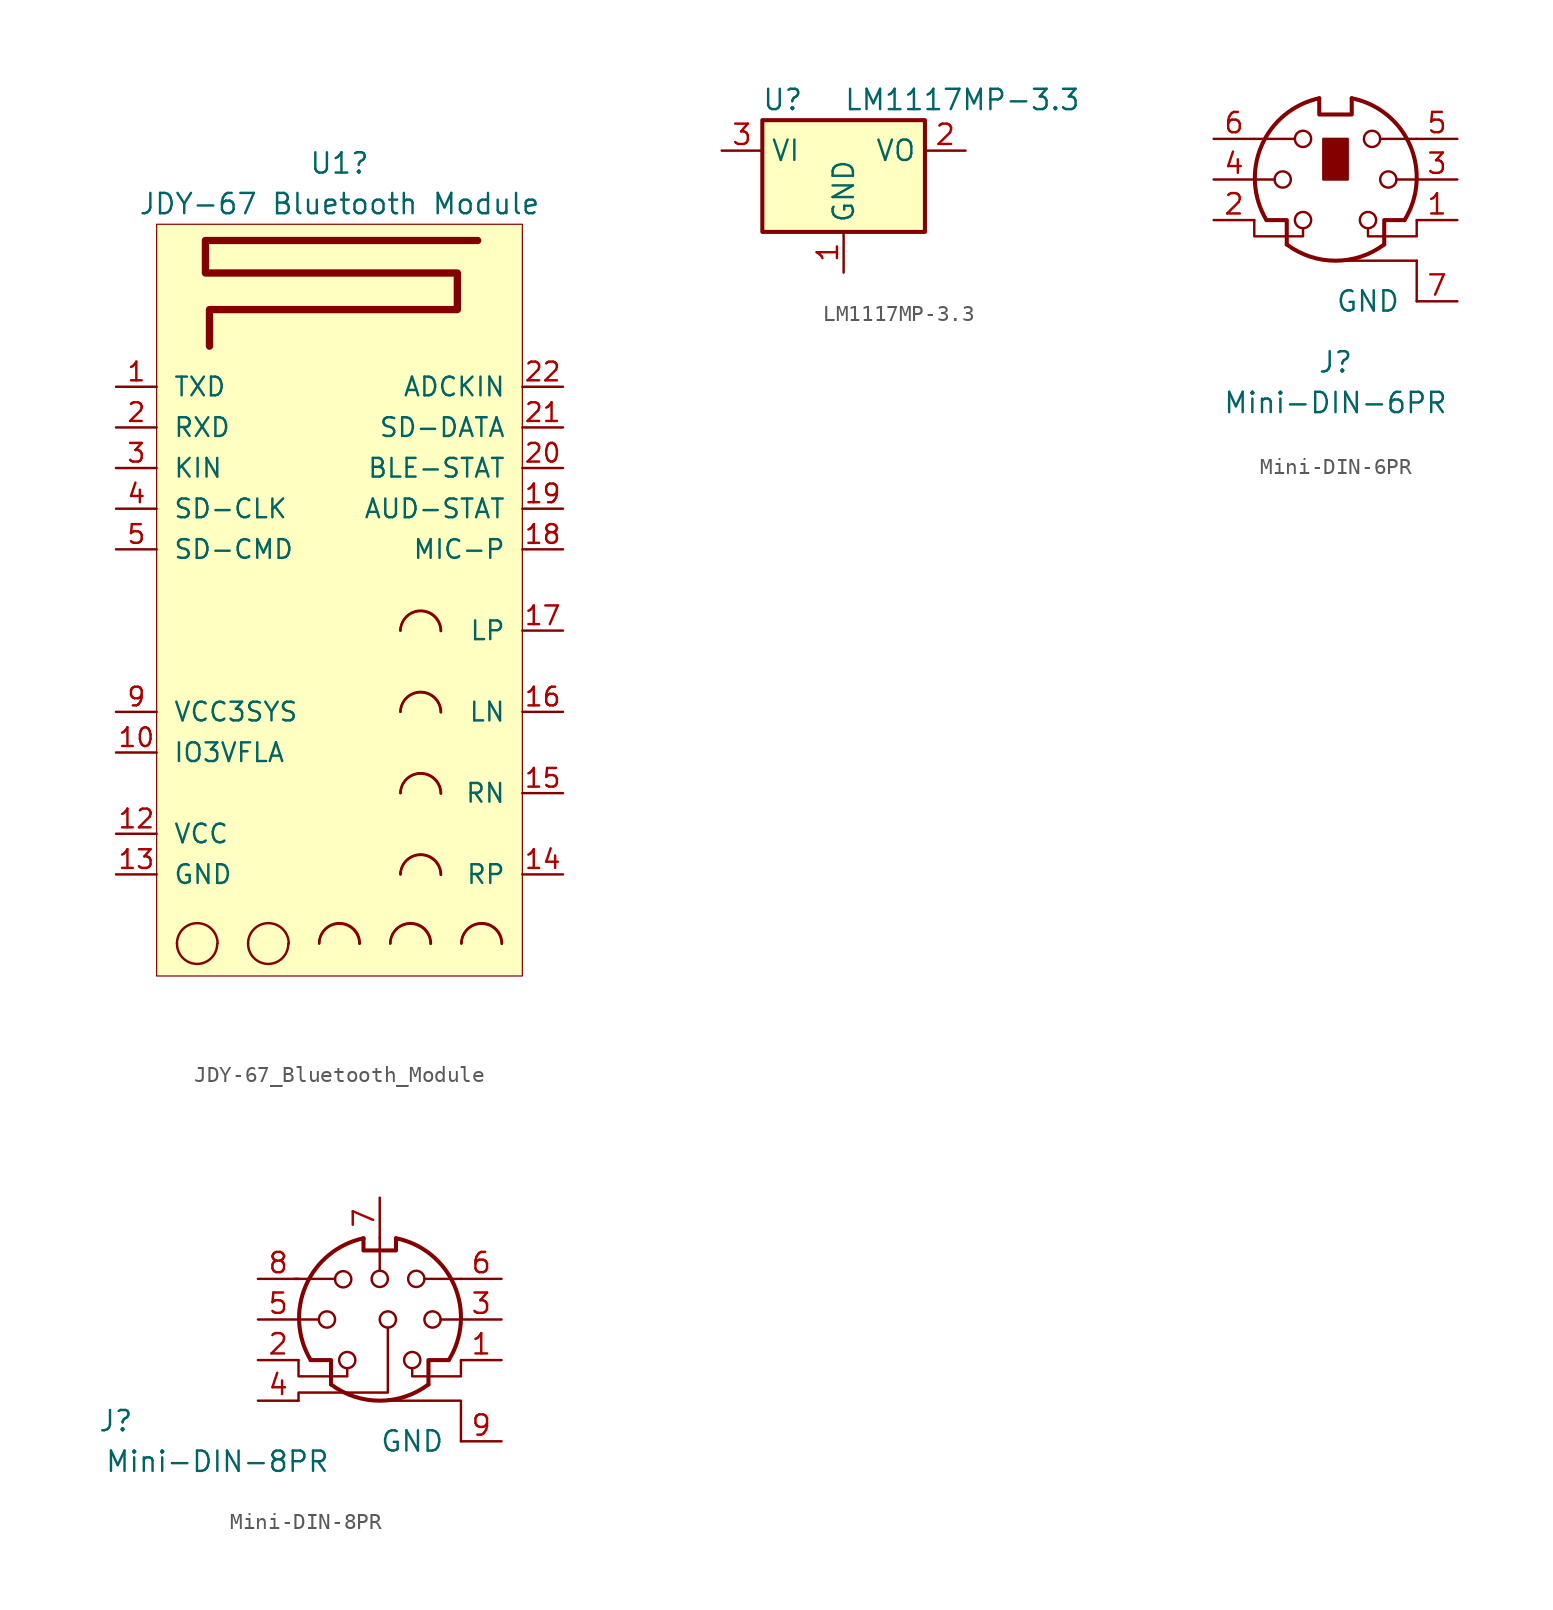
<source format=kicad_sym>
(kicad_symbol_lib
  (version 20220914)
  (generator kicad_symbol_editor)
  (symbol "JDY-67_Bluetooth_Module"
    (pin_names
      (offset 1.016))
    (property "Reference" "U1"
      (at 11.43 3.81 0)
      (effects (font (size 1.27 1.27))))
    (property "Value" "JDY-67 Bluetooth Module"
      (at 11.43 1.27 0)
      (effects (font (size 1.27 1.27))))
    (symbol "JDY-67_Bluetooth_Module_1_1"
      (polyline (pts (xy 20.066 -1.016) (xy 3.048 -1.016) (xy 3.048 -1.016) (xy 3.048 -3.048) (xy 3.048 -3.048) (xy 18.796 -3.048) (xy 18.796 -3.048) (xy 18.796 -5.334) (xy 18.796 -5.334) (xy 3.302 -5.334) (xy 3.302 -5.334) (xy 3.302 -7.62)) (stroke (width 0.457) (type solid)) (fill (type none)))
      (rectangle (start 0 0) (end 22.86 -46.99) (stroke (width 0.076) (type solid)) (fill (type background)))
      (arc (start 1.27 -44.958) (mid 2.527 -46.2279) (end 3.7846 -44.9834) (stroke (width 0.1524) (type solid)) (fill (type none)))
      (arc (start 3.81 -44.958) (mid 2.54 -43.6935) (end 1.27 -44.958) (stroke (width 0.1524) (type solid)) (fill (type none)))
      (arc (start 5.715 -44.958) (mid 6.972 -46.2279) (end 8.2296 -44.9834) (stroke (width 0.1524) (type solid)) (fill (type none)))
      (arc (start 8.255 -44.958) (mid 6.985 -43.6935) (end 5.715 -44.958) (stroke (width 0.1524) (type solid)) (fill (type none)))
      (arc (start 12.6746 -44.9834) (mid 11.4301 -43.7138) (end 10.16 -44.958) (stroke (width 0.1524) (type solid)) (fill (type none)))
      (arc (start 12.7 -44.958) (mid 11.43 -43.6935) (end 10.16 -44.958) (stroke (width 0.1524) (type solid)) (fill (type none)))
      (arc (start 17.1196 -44.9834) (mid 15.8751 -43.7138) (end 14.605 -44.958) (stroke (width 0.1524) (type solid)) (fill (type none)))
      (arc (start 17.145 -44.958) (mid 15.875 -43.6935) (end 14.605 -44.958) (stroke (width 0.1524) (type solid)) (fill (type none)))
      (arc (start 17.7546 -40.6654) (mid 16.5224 -39.4209) (end 15.24 -40.64) (stroke (width 0.1524) (type solid)) (fill (type none)))
      (arc (start 17.7546 -35.5854) (mid 16.5224 -34.3409) (end 15.24 -35.56) (stroke (width 0.1524) (type solid)) (fill (type none)))
      (arc (start 17.7546 -30.5054) (mid 16.5224 -29.2609) (end 15.24 -30.48) (stroke (width 0.1524) (type solid)) (fill (type none)))
      (arc (start 17.7546 -25.4254) (mid 16.5224 -24.1809) (end 15.24 -25.4) (stroke (width 0.1524) (type solid)) (fill (type none)))
      (arc (start 17.78 -40.6654) (mid 16.5227 -39.3955) (end 15.24 -40.64) (stroke (width 0.1524) (type solid)) (fill (type none)))
      (arc (start 17.78 -35.5854) (mid 16.5227 -34.3155) (end 15.24 -35.56) (stroke (width 0.1524) (type solid)) (fill (type none)))
      (arc (start 17.78 -30.5054) (mid 16.5227 -29.2355) (end 15.24 -30.48) (stroke (width 0.1524) (type solid)) (fill (type none)))
      (arc (start 17.78 -25.4254) (mid 16.5227 -24.1555) (end 15.24 -25.4) (stroke (width 0.1524) (type solid)) (fill (type none)))
      (arc (start 21.5646 -44.9834) (mid 20.3201 -43.7138) (end 19.05 -44.958) (stroke (width 0.1524) (type solid)) (fill (type none)))
      (arc (start 21.59 -44.958) (mid 20.32 -43.6935) (end 19.05 -44.958) (stroke (width 0.1524) (type solid)) (fill (type none)))
      (pin input line (at -2.54 -10.16 0) (length 2.54) (name "TXD" (effects (font (size 1.168 1.168)))) (number "1" (effects (font (size 1.168 1.168)))))
      (pin input line (at -2.54 -33.02 0) (length 2.54) (name "IO3VFLA" (effects (font (size 1.168 1.168)))) (number "10" (effects (font (size 1.168 1.168)))))
      (pin power_in line (at -2.54 -38.1 0) (length 2.54) (name "VCC" (effects (font (size 1.168 1.168)))) (number "12" (effects (font (size 1.168 1.168)))))
      (pin power_in line (at -2.54 -40.64 0) (length 2.54) (name "GND" (effects (font (size 1.168 1.168)))) (number "13" (effects (font (size 1.168 1.168)))))
      (pin output line (at 25.4 -40.64 180) (length 2.54) (name "RP" (effects (font (size 1.168 1.168)))) (number "14" (effects (font (size 1.168 1.168)))))
      (pin output line (at 25.4 -35.56 180) (length 2.54) (name "RN" (effects (font (size 1.168 1.168)))) (number "15" (effects (font (size 1.168 1.168)))))
      (pin output line (at 25.4 -30.48 180) (length 2.54) (name "LN" (effects (font (size 1.168 1.168)))) (number "16" (effects (font (size 1.168 1.168)))))
      (pin output line (at 25.4 -25.4 180) (length 2.54) (name "LP" (effects (font (size 1.168 1.168)))) (number "17" (effects (font (size 1.168 1.168)))))
      (pin input line (at 25.4 -20.32 180) (length 2.54) (name "MIC-P" (effects (font (size 1.168 1.168)))) (number "18" (effects (font (size 1.168 1.168)))))
      (pin input line (at 25.4 -17.78 180) (length 2.54) (name "AUD-STAT" (effects (font (size 1.168 1.168)))) (number "19" (effects (font (size 1.168 1.168)))))
      (pin input line (at -2.54 -12.7 0) (length 2.54) (name "RXD" (effects (font (size 1.168 1.168)))) (number "2" (effects (font (size 1.168 1.168)))))
      (pin input line (at 25.4 -15.24 180) (length 2.54) (name "BLE-STAT" (effects (font (size 1.168 1.168)))) (number "20" (effects (font (size 1.168 1.168)))))
      (pin input line (at 25.4 -12.7 180) (length 2.54) (name "SD-DATA" (effects (font (size 1.168 1.168)))) (number "21" (effects (font (size 1.168 1.168)))))
      (pin input line (at 25.4 -10.16 180) (length 2.54) (name "ADCKIN" (effects (font (size 1.168 1.168)))) (number "22" (effects (font (size 1.168 1.168)))))
      (pin input line (at -2.54 -15.24 0) (length 2.54) (name "KIN" (effects (font (size 1.168 1.168)))) (number "3" (effects (font (size 1.168 1.168)))))
      (pin input line (at -2.54 -17.78 0) (length 2.54) (name "SD-CLK" (effects (font (size 1.168 1.168)))) (number "4" (effects (font (size 1.168 1.168)))))
      (pin input line (at -2.54 -20.32 0) (length 2.54) (name "SD-CMD" (effects (font (size 1.168 1.168)))) (number "5" (effects (font (size 1.168 1.168)))))
      (pin input line (at -2.54 -30.48 0) (length 2.54) (name "VCC3SYS" (effects (font (size 1.168 1.168)))) (number "9" (effects (font (size 1.168 1.168)))))))
  (symbol "LM1117MP-3.3"
    (property "Reference" "U"
      (at -3.81 3.175 0)
      (effects (font (size 1.27 1.27))))
    (property "Value" "LM1117MP-3.3"
      (at 0 3.175 0)
      (effects (font (size 1.27 1.27)) (justify left)))
    (symbol "LM1117MP-3.3_0_1"
      (rectangle (start -5.08 -5.08) (end 5.08 1.905) (stroke (width 0.254) (type default)) (fill (type background))))
    (symbol "LM1117MP-3.3_1_1"
      (pin power_in line (at 0 -7.62 90) (length 2.54) (name "GND" (effects (font (size 1.27 1.27)))) (number "1" (effects (font (size 1.27 1.27)))))
      (pin power_out line (at 7.62 0 180) (length 2.54) (name "VO" (effects (font (size 1.27 1.27)))) (number "2" (effects (font (size 1.27 1.27)))))
      (pin power_in line (at -7.62 0 0) (length 2.54) (name "VI" (effects (font (size 1.27 1.27)))) (number "3" (effects (font (size 1.27 1.27)))))))
  (symbol "Mini-DIN-6PR"
    (pin_names
      (offset 1.016))
    (property "Reference" "J"
      (at 0 -11.43 0)
      (effects (font (size 1.27 1.27))))
    (property "Value" "Mini-DIN-6PR"
      (at 0 -13.97 0)
      (effects (font (size 1.27 1.27))))
    (symbol "Mini-DIN-6PR_0_1"
      (circle (center -3.302 0) (radius 0.508) (stroke (width 0) (type default)) (fill (type none)))
      (arc (start -3.048 -4.064) (mid 0 -5.08) (end 3.048 -4.064) (stroke (width 0.254) (type default)) (fill (type none)))
      (circle (center -2.032 -2.54) (radius 0.508) (stroke (width 0) (type default)) (fill (type none)))
      (circle (center -2.032 2.54) (radius 0.508) (stroke (width 0) (type default)) (fill (type none)))
      (arc (start -1.016 5.08) (mid -4.6228 2.1214) (end -4.318 -2.54) (stroke (width 0.254) (type default)) (fill (type none)))
      (rectangle (start -0.762 2.54) (end 0.762 0) (stroke (width 0) (type default)) (fill (type outline)))
      (polyline (pts (xy -3.81 0) (xy -5.08 0)) (stroke (width 0) (type default)) (fill (type none)))
      (polyline (pts (xy -2.54 2.54) (xy -5.08 2.54)) (stroke (width 0) (type default)) (fill (type none)))
      (polyline (pts (xy 0 -5.08) (xy 5.08 -5.08)) (stroke (width 0) (type default)) (fill (type none)))
      (polyline (pts (xy 2.794 2.54) (xy 5.08 2.54)) (stroke (width 0) (type default)) (fill (type none)))
      (polyline (pts (xy 5.08 -5.08) (xy 5.08 -7.62)) (stroke (width 0) (type default)) (fill (type none)))
      (polyline (pts (xy 5.08 0) (xy 3.81 0)) (stroke (width 0) (type default)) (fill (type none)))
      (polyline (pts (xy -4.318 -2.54) (xy -3.048 -2.54) (xy -3.048 -4.064)) (stroke (width 0.254) (type default)) (fill (type none)))
      (polyline (pts (xy 4.318 -2.54) (xy 3.048 -2.54) (xy 3.048 -4.064)) (stroke (width 0.254) (type default)) (fill (type none)))
      (polyline (pts (xy -2.032 -3.048) (xy -2.032 -3.556) (xy -5.08 -3.556) (xy -5.08 -2.54)) (stroke (width 0) (type default)) (fill (type none)))
      (polyline (pts (xy -1.016 5.08) (xy -1.016 4.064) (xy 1.016 4.064) (xy 1.016 5.08)) (stroke (width 0.254) (type default)) (fill (type none)))
      (polyline (pts (xy 2.032 -3.048) (xy 2.032 -3.556) (xy 5.08 -3.556) (xy 5.08 -2.54)) (stroke (width 0) (type default)) (fill (type none)))
      (circle (center 2.032 -2.54) (radius 0.508) (stroke (width 0) (type default)) (fill (type none)))
      (circle (center 2.286 2.54) (radius 0.508) (stroke (width 0) (type default)) (fill (type none)))
      (circle (center 3.302 0) (radius 0.508) (stroke (width 0) (type default)) (fill (type none)))
      (arc (start 4.318 -2.54) (mid 4.6661 2.1322) (end 1.016 5.08) (stroke (width 0.254) (type default)) (fill (type none))))
    (symbol "Mini-DIN-6PR_1_1"
      (pin passive line (at 7.62 -2.54 180) (length 2.54) (name "~" (effects (font (size 1.27 1.27)))) (number "1" (effects (font (size 1.27 1.27)))))
      (pin passive line (at -7.62 -2.54 0) (length 2.54) (name "~" (effects (font (size 1.27 1.27)))) (number "2" (effects (font (size 1.27 1.27)))))
      (pin passive line (at 7.62 0 180) (length 2.54) (name "~" (effects (font (size 1.27 1.27)))) (number "3" (effects (font (size 1.27 1.27)))))
      (pin passive line (at -7.62 0 0) (length 2.54) (name "~" (effects (font (size 1.27 1.27)))) (number "4" (effects (font (size 1.27 1.27)))))
      (pin passive line (at 7.62 2.54 180) (length 2.54) (name "~" (effects (font (size 1.27 1.27)))) (number "5" (effects (font (size 1.27 1.27)))))
      (pin passive line (at -7.62 2.54 0) (length 2.54) (name "~" (effects (font (size 1.27 1.27)))) (number "6" (effects (font (size 1.27 1.27)))))
      (pin input line (at 7.62 -7.62 180) (length 2.54) (name "GND" (effects (font (size 1.27 1.27)))) (number "7" (effects (font (size 1.27 1.27)))))))
  (symbol "Mini-DIN-8PR"
    (pin_names
      (offset 1.016))
    (property "Reference" "J"
      (at -16.51 -6.35 0)
      (effects (font (size 1.27 1.27))))
    (property "Value" "Mini-DIN-8PR"
      (at -10.16 -8.89 0)
      (effects (font (size 1.27 1.27))))
    (symbol "Mini-DIN-8PR_0_1"
      (circle (center -3.302 0) (radius 0.508) (stroke (width 0) (type default)) (fill (type none)))
      (arc (start -3.048 -4.064) (mid 0 -5.08) (end 3.048 -4.064) (stroke (width 0.254) (type default)) (fill (type none)))
      (circle (center -2.286 2.515) (radius 0.508) (stroke (width 0) (type default)) (fill (type none)))
      (circle (center -2.032 -2.54) (radius 0.508) (stroke (width 0) (type default)) (fill (type none)))
      (arc (start -1.016 5.08) (mid -4.6228 2.1214) (end -4.318 -2.54) (stroke (width 0.254) (type default)) (fill (type none)))
      (polyline (pts (xy -3.81 0) (xy -5.08 0)) (stroke (width 0) (type default)) (fill (type none)))
      (polyline (pts (xy -2.794 2.54) (xy -5.334 2.54)) (stroke (width 0) (type default)) (fill (type none)))
      (polyline (pts (xy 0 5.105) (xy 0 3.048)) (stroke (width 0) (type default)) (fill (type none)))
      (polyline (pts (xy 2.794 2.54) (xy 5.08 2.54)) (stroke (width 0) (type default)) (fill (type none)))
      (polyline (pts (xy 5.08 0) (xy 3.81 0)) (stroke (width 0) (type default)) (fill (type none)))
      (polyline (pts (xy -4.318 -2.54) (xy -3.048 -2.54) (xy -3.048 -4.064)) (stroke (width 0.254) (type default)) (fill (type none)))
      (polyline (pts (xy 0 -5.08) (xy 5.08 -5.08) (xy 5.08 -7.62)) (stroke (width 0) (type default)) (fill (type none)))
      (polyline (pts (xy 4.318 -2.54) (xy 3.048 -2.54) (xy 3.048 -4.064)) (stroke (width 0.254) (type default)) (fill (type none)))
      (polyline (pts (xy -2.032 -3.048) (xy -2.032 -3.556) (xy -5.08 -3.556) (xy -5.08 -2.54)) (stroke (width 0) (type default)) (fill (type none)))
      (polyline (pts (xy -1.016 5.08) (xy -1.016 4.318) (xy 1.016 4.318) (xy 1.016 5.08)) (stroke (width 0.254) (type default)) (fill (type none)))
      (polyline (pts (xy 0.508 -0.508) (xy 0.508 -4.572) (xy -5.08 -4.572) (xy -5.08 -5.08)) (stroke (width 0) (type default)) (fill (type none)))
      (polyline (pts (xy 2.032 -3.048) (xy 2.032 -3.556) (xy 5.08 -3.556) (xy 5.08 -2.54)) (stroke (width 0) (type default)) (fill (type none)))
      (circle (center 0 2.54) (radius 0.508) (stroke (width 0) (type default)) (fill (type none)))
      (circle (center 2.032 -2.54) (radius 0.508) (stroke (width 0) (type default)) (fill (type none)))
      (circle (center 2.286 2.54) (radius 0.508) (stroke (width 0) (type default)) (fill (type none)))
      (circle (center 3.302 0) (radius 0.508) (stroke (width 0) (type default)) (fill (type none)))
      (arc (start 4.318 -2.54) (mid 4.6661 2.1322) (end 1.016 5.08) (stroke (width 0.254) (type default)) (fill (type none))))
    (symbol "Mini-DIN-8PR_1_1"
      (circle (center 0.508 0) (radius 0.508) (stroke (width 0) (type default)) (fill (type none)))
      (pin passive line (at 7.62 -2.54 180) (length 2.54) (name "~" (effects (font (size 1.27 1.27)))) (number "1" (effects (font (size 1.27 1.27)))))
      (pin passive line (at -7.62 -2.54 0) (length 2.54) (name "~" (effects (font (size 1.27 1.27)))) (number "2" (effects (font (size 1.27 1.27)))))
      (pin passive line (at 7.62 0 180) (length 2.54) (name "~" (effects (font (size 1.27 1.27)))) (number "3" (effects (font (size 1.27 1.27)))))
      (pin passive line (at -7.62 -5.08 0) (length 2.54) (name "~" (effects (font (size 1.27 1.27)))) (number "4" (effects (font (size 1.27 1.27)))))
      (pin passive line (at -7.62 0 0) (length 2.54) (name "~" (effects (font (size 1.27 1.27)))) (number "5" (effects (font (size 1.27 1.27)))))
      (pin passive line (at 7.62 2.54 180) (length 2.54) (name "~" (effects (font (size 1.27 1.27)))) (number "6" (effects (font (size 1.27 1.27)))))
      (pin passive line (at 0 7.62 270) (length 2.54) (name "~" (effects (font (size 1.27 1.27)))) (number "7" (effects (font (size 1.27 1.27)))))
      (pin passive line (at -7.62 2.54 0) (length 2.54) (name "~" (effects (font (size 1.27 1.27)))) (number "8" (effects (font (size 1.27 1.27)))))
      (pin input line (at 7.62 -7.62 180) (length 2.54) (name "GND" (effects (font (size 1.27 1.27)))) (number "9" (effects (font (size 1.27 1.27))))))))
</source>
